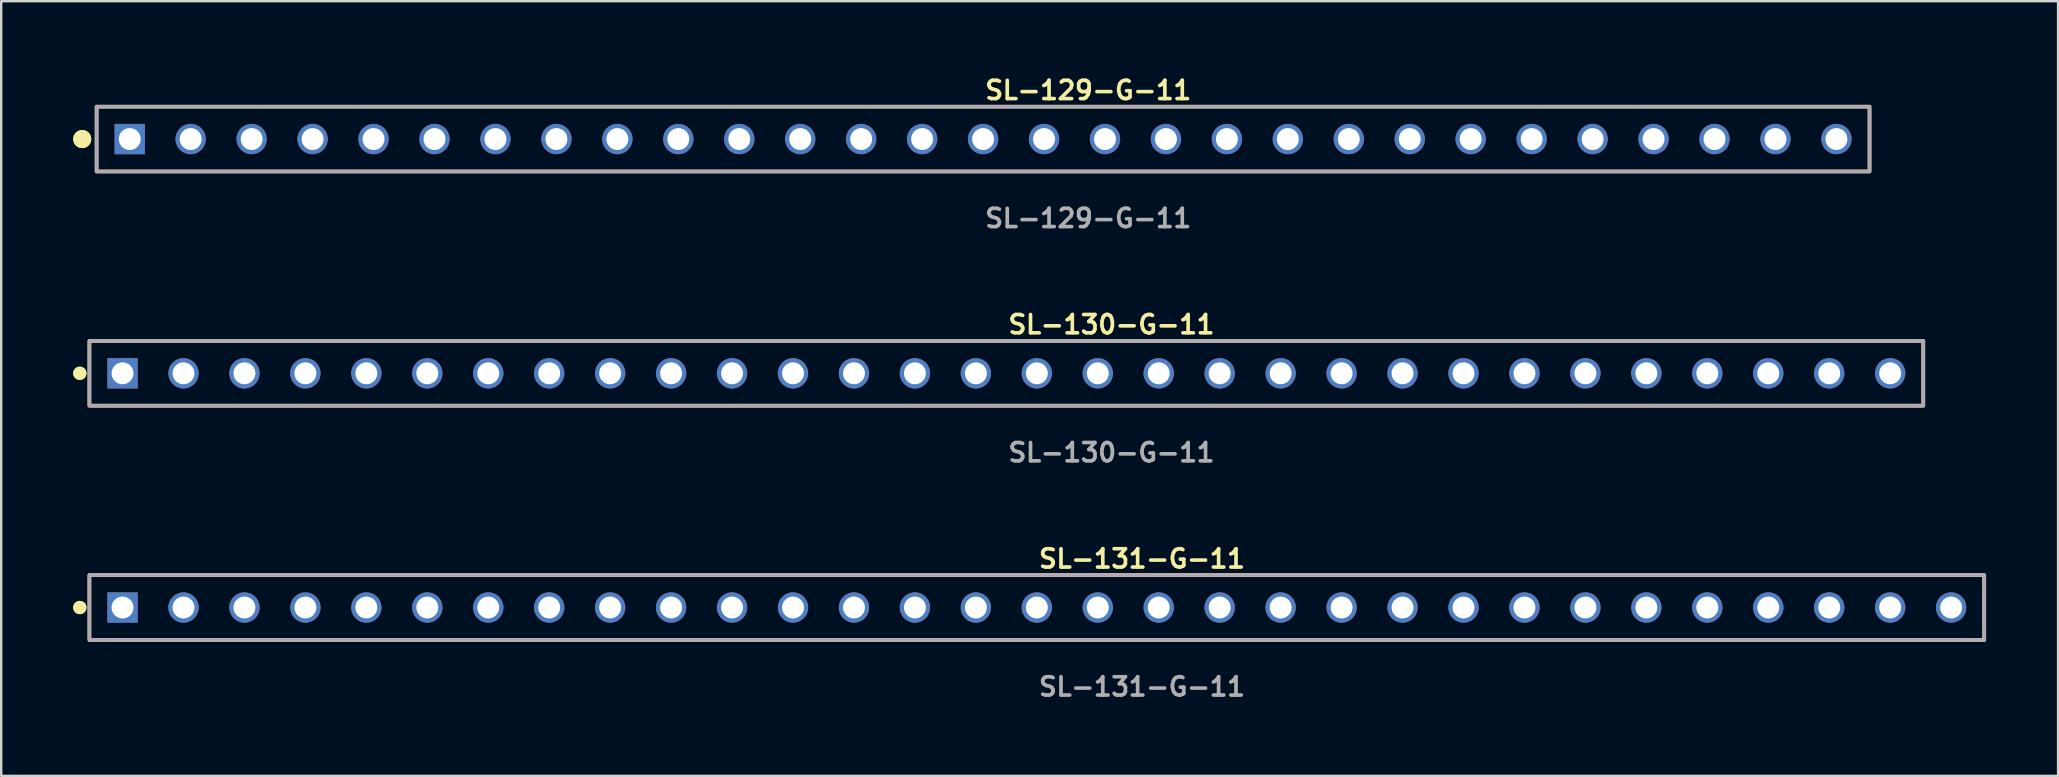
<source format=kicad_pcb>
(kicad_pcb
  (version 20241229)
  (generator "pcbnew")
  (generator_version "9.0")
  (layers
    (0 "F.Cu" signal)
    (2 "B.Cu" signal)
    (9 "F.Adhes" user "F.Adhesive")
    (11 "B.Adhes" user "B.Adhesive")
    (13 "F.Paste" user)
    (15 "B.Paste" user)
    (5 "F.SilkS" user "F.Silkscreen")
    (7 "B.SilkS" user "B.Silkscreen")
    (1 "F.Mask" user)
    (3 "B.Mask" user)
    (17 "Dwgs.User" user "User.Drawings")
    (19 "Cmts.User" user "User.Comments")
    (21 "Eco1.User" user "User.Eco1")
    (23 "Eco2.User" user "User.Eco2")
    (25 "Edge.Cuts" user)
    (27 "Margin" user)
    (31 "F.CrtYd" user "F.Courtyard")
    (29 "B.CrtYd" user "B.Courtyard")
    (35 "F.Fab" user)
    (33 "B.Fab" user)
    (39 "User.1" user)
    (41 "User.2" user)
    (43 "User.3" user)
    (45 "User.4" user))
  (footprint "SL-130-G-11"
    (layer "F.Cu")
    (at 38.886 12.506)
    (property "Reference" "SL-130-G-11" (at 0 -2.032 0) (unlocked yes) (layer "F.SilkS") (effects (font (size 0.762 0.762) (thickness 0.152)) (justify left)))
    (fp_rect (start -38.21 1.35) (end 38.21 -1.35) (stroke (width 0.152) (type solid)) (fill no) (layer "F.SilkS"))
    (fp_circle (center -38.61 0) (end -38.81 0) (stroke (width 0.152) (type solid)) (fill yes) (layer "F.SilkS"))
    (fp_circle (center -38.61 0) (end -38.81 0) (stroke (width 0.152) (type solid)) (fill yes) (layer "F.SilkS"))
    (fp_rect (start -38.21 1.35) (end 38.21 -1.35) (stroke (width 0.006) (type solid)) (fill no) (layer "F.CrtYd"))
    (fp_rect (start -38.21 1.35) (end 38.21 -1.35) (stroke (width 0.152) (type solid)) (fill no) (layer "F.Fab"))
    (fp_text user "${REFERENCE}" (at 0 3.302 0) (unlocked yes) (layer "F.Fab") (effects (font (size 0.762 0.762) (thickness 0.152)) (justify left)))
    (pad "1" thru_hole rect (at -36.83 0) (size 1.264 1.264) (drill 0.914) (layers "*.Cu" "*.Mask"))
    (pad "2" thru_hole circle (at -34.29 0) (size 1.264 1.264) (drill 0.914) (layers "*.Cu" "*.Mask"))
    (pad "3" thru_hole circle (at -31.75 0) (size 1.264 1.264) (drill 0.914) (layers "*.Cu" "*.Mask"))
    (pad "4" thru_hole circle (at -29.21 0) (size 1.264 1.264) (drill 0.914) (layers "*.Cu" "*.Mask"))
    (pad "5" thru_hole circle (at -26.67 0) (size 1.264 1.264) (drill 0.914) (layers "*.Cu" "*.Mask"))
    (pad "6" thru_hole circle (at -24.13 0) (size 1.264 1.264) (drill 0.914) (layers "*.Cu" "*.Mask"))
    (pad "7" thru_hole circle (at -21.59 0) (size 1.264 1.264) (drill 0.914) (layers "*.Cu" "*.Mask"))
    (pad "8" thru_hole circle (at -19.05 0) (size 1.264 1.264) (drill 0.914) (layers "*.Cu" "*.Mask"))
    (pad "9" thru_hole circle (at -16.51 0) (size 1.264 1.264) (drill 0.914) (layers "*.Cu" "*.Mask"))
    (pad "10" thru_hole circle (at -13.97 0) (size 1.264 1.264) (drill 0.914) (layers "*.Cu" "*.Mask"))
    (pad "11" thru_hole circle (at -11.43 0) (size 1.264 1.264) (drill 0.914) (layers "*.Cu" "*.Mask"))
    (pad "12" thru_hole circle (at -8.89 0) (size 1.264 1.264) (drill 0.914) (layers "*.Cu" "*.Mask"))
    (pad "13" thru_hole circle (at -6.35 0) (size 1.264 1.264) (drill 0.914) (layers "*.Cu" "*.Mask"))
    (pad "14" thru_hole circle (at -3.81 0) (size 1.264 1.264) (drill 0.914) (layers "*.Cu" "*.Mask"))
    (pad "15" thru_hole circle (at -1.27 0) (size 1.264 1.264) (drill 0.914) (layers "*.Cu" "*.Mask"))
    (pad "16" thru_hole circle (at 1.27 0) (size 1.264 1.264) (drill 0.914) (layers "*.Cu" "*.Mask"))
    (pad "17" thru_hole circle (at 3.81 0) (size 1.264 1.264) (drill 0.914) (layers "*.Cu" "*.Mask"))
    (pad "18" thru_hole circle (at 6.35 0) (size 1.264 1.264) (drill 0.914) (layers "*.Cu" "*.Mask"))
    (pad "19" thru_hole circle (at 8.89 0) (size 1.264 1.264) (drill 0.914) (layers "*.Cu" "*.Mask"))
    (pad "20" thru_hole circle (at 11.43 0) (size 1.264 1.264) (drill 0.914) (layers "*.Cu" "*.Mask"))
    (pad "21" thru_hole circle (at 13.97 0) (size 1.264 1.264) (drill 0.914) (layers "*.Cu" "*.Mask"))
    (pad "22" thru_hole circle (at 16.51 0) (size 1.264 1.264) (drill 0.914) (layers "*.Cu" "*.Mask"))
    (pad "23" thru_hole circle (at 19.05 0) (size 1.264 1.264) (drill 0.914) (layers "*.Cu" "*.Mask"))
    (pad "24" thru_hole circle (at 21.59 0) (size 1.264 1.264) (drill 0.914) (layers "*.Cu" "*.Mask"))
    (pad "25" thru_hole circle (at 24.13 0) (size 1.264 1.264) (drill 0.914) (layers "*.Cu" "*.Mask"))
    (pad "26" thru_hole circle (at 26.67 0) (size 1.264 1.264) (drill 0.914) (layers "*.Cu" "*.Mask"))
    (pad "27" thru_hole circle (at 29.21 0) (size 1.264 1.264) (drill 0.914) (layers "*.Cu" "*.Mask"))
    (pad "28" thru_hole circle (at 31.75 0) (size 1.264 1.264) (drill 0.914) (layers "*.Cu" "*.Mask"))
    (pad "29" thru_hole circle (at 34.29 0) (size 1.264 1.264) (drill 0.914) (layers "*.Cu" "*.Mask"))
    (pad "30" thru_hole circle (at 36.83 0) (size 1.264 1.264) (drill 0.914) (layers "*.Cu" "*.Mask")))
  (footprint "SL-129-G-11"
    (layer "F.Cu")
    (at 37.916 2.745)
    (property "Reference" "SL-129-G-11" (at 0 -2.032 0) (unlocked yes) (layer "F.SilkS") (effects (font (size 0.762 0.762) (thickness 0.152)) (justify left)))
    (fp_rect (start -36.94 1.35) (end 36.94 -1.35) (stroke (width 0.152) (type solid)) (fill no) (layer "F.SilkS"))
    (fp_circle (center -37.54 0) (end -37.84 0) (stroke (width 0.152) (type solid)) (fill yes) (layer "F.SilkS"))
    (fp_circle (center -37.54 0) (end -37.84 0) (stroke (width 0.152) (type solid)) (fill yes) (layer "F.SilkS"))
    (fp_rect (start -36.94 1.35) (end 36.94 -1.35) (stroke (width 0.006) (type solid)) (fill no) (layer "F.CrtYd"))
    (fp_rect (start -36.94 1.35) (end 36.94 -1.35) (stroke (width 0.152) (type solid)) (fill no) (layer "F.Fab"))
    (fp_text user "${REFERENCE}" (at 0 3.302 0) (unlocked yes) (layer "F.Fab") (effects (font (size 0.762 0.762) (thickness 0.152)) (justify left)))
    (pad "1" thru_hole rect (at -35.56 0) (size 1.264 1.264) (drill 0.914) (layers "*.Cu" "*.Mask"))
    (pad "2" thru_hole circle (at -33.02 0) (size 1.264 1.264) (drill 0.914) (layers "*.Cu" "*.Mask"))
    (pad "3" thru_hole circle (at -30.48 0) (size 1.264 1.264) (drill 0.914) (layers "*.Cu" "*.Mask"))
    (pad "4" thru_hole circle (at -27.94 0) (size 1.264 1.264) (drill 0.914) (layers "*.Cu" "*.Mask"))
    (pad "5" thru_hole circle (at -25.4 0) (size 1.264 1.264) (drill 0.914) (layers "*.Cu" "*.Mask"))
    (pad "6" thru_hole circle (at -22.86 0) (size 1.264 1.264) (drill 0.914) (layers "*.Cu" "*.Mask"))
    (pad "7" thru_hole circle (at -20.32 0) (size 1.264 1.264) (drill 0.914) (layers "*.Cu" "*.Mask"))
    (pad "8" thru_hole circle (at -17.78 0) (size 1.264 1.264) (drill 0.914) (layers "*.Cu" "*.Mask"))
    (pad "9" thru_hole circle (at -15.24 0) (size 1.264 1.264) (drill 0.914) (layers "*.Cu" "*.Mask"))
    (pad "10" thru_hole circle (at -12.7 0) (size 1.264 1.264) (drill 0.914) (layers "*.Cu" "*.Mask"))
    (pad "11" thru_hole circle (at -10.16 0) (size 1.264 1.264) (drill 0.914) (layers "*.Cu" "*.Mask"))
    (pad "12" thru_hole circle (at -7.62 0) (size 1.264 1.264) (drill 0.914) (layers "*.Cu" "*.Mask"))
    (pad "13" thru_hole circle (at -5.08 0) (size 1.264 1.264) (drill 0.914) (layers "*.Cu" "*.Mask"))
    (pad "14" thru_hole circle (at -2.54 0) (size 1.264 1.264) (drill 0.914) (layers "*.Cu" "*.Mask"))
    (pad "15" thru_hole circle (at 0 0) (size 1.264 1.264) (drill 0.914) (layers "*.Cu" "*.Mask"))
    (pad "16" thru_hole circle (at 2.54 0) (size 1.264 1.264) (drill 0.914) (layers "*.Cu" "*.Mask"))
    (pad "17" thru_hole circle (at 5.08 0) (size 1.264 1.264) (drill 0.914) (layers "*.Cu" "*.Mask"))
    (pad "18" thru_hole circle (at 7.62 0) (size 1.264 1.264) (drill 0.914) (layers "*.Cu" "*.Mask"))
    (pad "19" thru_hole circle (at 10.16 0) (size 1.264 1.264) (drill 0.914) (layers "*.Cu" "*.Mask"))
    (pad "20" thru_hole circle (at 12.7 0) (size 1.264 1.264) (drill 0.914) (layers "*.Cu" "*.Mask"))
    (pad "21" thru_hole circle (at 15.24 0) (size 1.264 1.264) (drill 0.914) (layers "*.Cu" "*.Mask"))
    (pad "22" thru_hole circle (at 17.78 0) (size 1.264 1.264) (drill 0.914) (layers "*.Cu" "*.Mask"))
    (pad "23" thru_hole circle (at 20.32 0) (size 1.264 1.264) (drill 0.914) (layers "*.Cu" "*.Mask"))
    (pad "24" thru_hole circle (at 22.86 0) (size 1.264 1.264) (drill 0.914) (layers "*.Cu" "*.Mask"))
    (pad "25" thru_hole circle (at 25.4 0) (size 1.264 1.264) (drill 0.914) (layers "*.Cu" "*.Mask"))
    (pad "26" thru_hole circle (at 27.94 0) (size 1.264 1.264) (drill 0.914) (layers "*.Cu" "*.Mask"))
    (pad "27" thru_hole circle (at 30.48 0) (size 1.264 1.264) (drill 0.914) (layers "*.Cu" "*.Mask"))
    (pad "28" thru_hole circle (at 33.02 0) (size 1.264 1.264) (drill 0.914) (layers "*.Cu" "*.Mask"))
    (pad "29" thru_hole circle (at 35.56 0) (size 1.264 1.264) (drill 0.914) (layers "*.Cu" "*.Mask")))
  (footprint "SL-131-G-11"
    (layer "F.Cu")
    (at 40.156 22.266)
    (property "Reference" "SL-131-G-11" (at 0 -2.032 0) (unlocked yes) (layer "F.SilkS") (effects (font (size 0.762 0.762) (thickness 0.152)) (justify left)))
    (fp_rect (start -39.48 1.35) (end 39.48 -1.35) (stroke (width 0.152) (type solid)) (fill no) (layer "F.SilkS"))
    (fp_circle (center -39.88 0) (end -40.08 0) (stroke (width 0.152) (type solid)) (fill yes) (layer "F.SilkS"))
    (fp_circle (center -39.88 0) (end -40.08 0) (stroke (width 0.152) (type solid)) (fill yes) (layer "F.SilkS"))
    (fp_rect (start -39.48 1.35) (end 39.48 -1.35) (stroke (width 0.006) (type solid)) (fill no) (layer "F.CrtYd"))
    (fp_rect (start -39.48 1.35) (end 39.48 -1.35) (stroke (width 0.152) (type solid)) (fill no) (layer "F.Fab"))
    (fp_text user "${REFERENCE}" (at 0 3.302 0) (unlocked yes) (layer "F.Fab") (effects (font (size 0.762 0.762) (thickness 0.152)) (justify left)))
    (pad "1" thru_hole rect (at -38.1 0) (size 1.264 1.264) (drill 0.914) (layers "*.Cu" "*.Mask"))
    (pad "2" thru_hole circle (at -35.56 0) (size 1.264 1.264) (drill 0.914) (layers "*.Cu" "*.Mask"))
    (pad "3" thru_hole circle (at -33.02 0) (size 1.264 1.264) (drill 0.914) (layers "*.Cu" "*.Mask"))
    (pad "4" thru_hole circle (at -30.48 0) (size 1.264 1.264) (drill 0.914) (layers "*.Cu" "*.Mask"))
    (pad "5" thru_hole circle (at -27.94 0) (size 1.264 1.264) (drill 0.914) (layers "*.Cu" "*.Mask"))
    (pad "6" thru_hole circle (at -25.4 0) (size 1.264 1.264) (drill 0.914) (layers "*.Cu" "*.Mask"))
    (pad "7" thru_hole circle (at -22.86 0) (size 1.264 1.264) (drill 0.914) (layers "*.Cu" "*.Mask"))
    (pad "8" thru_hole circle (at -20.32 0) (size 1.264 1.264) (drill 0.914) (layers "*.Cu" "*.Mask"))
    (pad "9" thru_hole circle (at -17.78 0) (size 1.264 1.264) (drill 0.914) (layers "*.Cu" "*.Mask"))
    (pad "10" thru_hole circle (at -15.24 0) (size 1.264 1.264) (drill 0.914) (layers "*.Cu" "*.Mask"))
    (pad "11" thru_hole circle (at -12.7 0) (size 1.264 1.264) (drill 0.914) (layers "*.Cu" "*.Mask"))
    (pad "12" thru_hole circle (at -10.16 0) (size 1.264 1.264) (drill 0.914) (layers "*.Cu" "*.Mask"))
    (pad "13" thru_hole circle (at -7.62 0) (size 1.264 1.264) (drill 0.914) (layers "*.Cu" "*.Mask"))
    (pad "14" thru_hole circle (at -5.08 0) (size 1.264 1.264) (drill 0.914) (layers "*.Cu" "*.Mask"))
    (pad "15" thru_hole circle (at -2.54 0) (size 1.264 1.264) (drill 0.914) (layers "*.Cu" "*.Mask"))
    (pad "16" thru_hole circle (at 0 0) (size 1.264 1.264) (drill 0.914) (layers "*.Cu" "*.Mask"))
    (pad "17" thru_hole circle (at 2.54 0) (size 1.264 1.264) (drill 0.914) (layers "*.Cu" "*.Mask"))
    (pad "18" thru_hole circle (at 5.08 0) (size 1.264 1.264) (drill 0.914) (layers "*.Cu" "*.Mask"))
    (pad "19" thru_hole circle (at 7.62 0) (size 1.264 1.264) (drill 0.914) (layers "*.Cu" "*.Mask"))
    (pad "20" thru_hole circle (at 10.16 0) (size 1.264 1.264) (drill 0.914) (layers "*.Cu" "*.Mask"))
    (pad "21" thru_hole circle (at 12.7 0) (size 1.264 1.264) (drill 0.914) (layers "*.Cu" "*.Mask"))
    (pad "22" thru_hole circle (at 15.24 0) (size 1.264 1.264) (drill 0.914) (layers "*.Cu" "*.Mask"))
    (pad "23" thru_hole circle (at 17.78 0) (size 1.264 1.264) (drill 0.914) (layers "*.Cu" "*.Mask"))
    (pad "24" thru_hole circle (at 20.32 0) (size 1.264 1.264) (drill 0.914) (layers "*.Cu" "*.Mask"))
    (pad "25" thru_hole circle (at 22.86 0) (size 1.264 1.264) (drill 0.914) (layers "*.Cu" "*.Mask"))
    (pad "26" thru_hole circle (at 25.4 0) (size 1.264 1.264) (drill 0.914) (layers "*.Cu" "*.Mask"))
    (pad "27" thru_hole circle (at 27.94 0) (size 1.264 1.264) (drill 0.914) (layers "*.Cu" "*.Mask"))
    (pad "28" thru_hole circle (at 30.48 0) (size 1.264 1.264) (drill 0.914) (layers "*.Cu" "*.Mask"))
    (pad "29" thru_hole circle (at 33.02 0) (size 1.264 1.264) (drill 0.914) (layers "*.Cu" "*.Mask"))
    (pad "30" thru_hole circle (at 35.56 0) (size 1.264 1.264) (drill 0.914) (layers "*.Cu" "*.Mask"))
    (pad "31" thru_hole circle (at 38.1 0) (size 1.264 1.264) (drill 0.914) (layers "*.Cu" "*.Mask")))
  (gr_rect
    (start -3 -3)
    (end 82.712 29.281)
    (stroke (width 0.1) (type default))
    (fill no)
    (layer "Edge.Cuts")))
</source>
